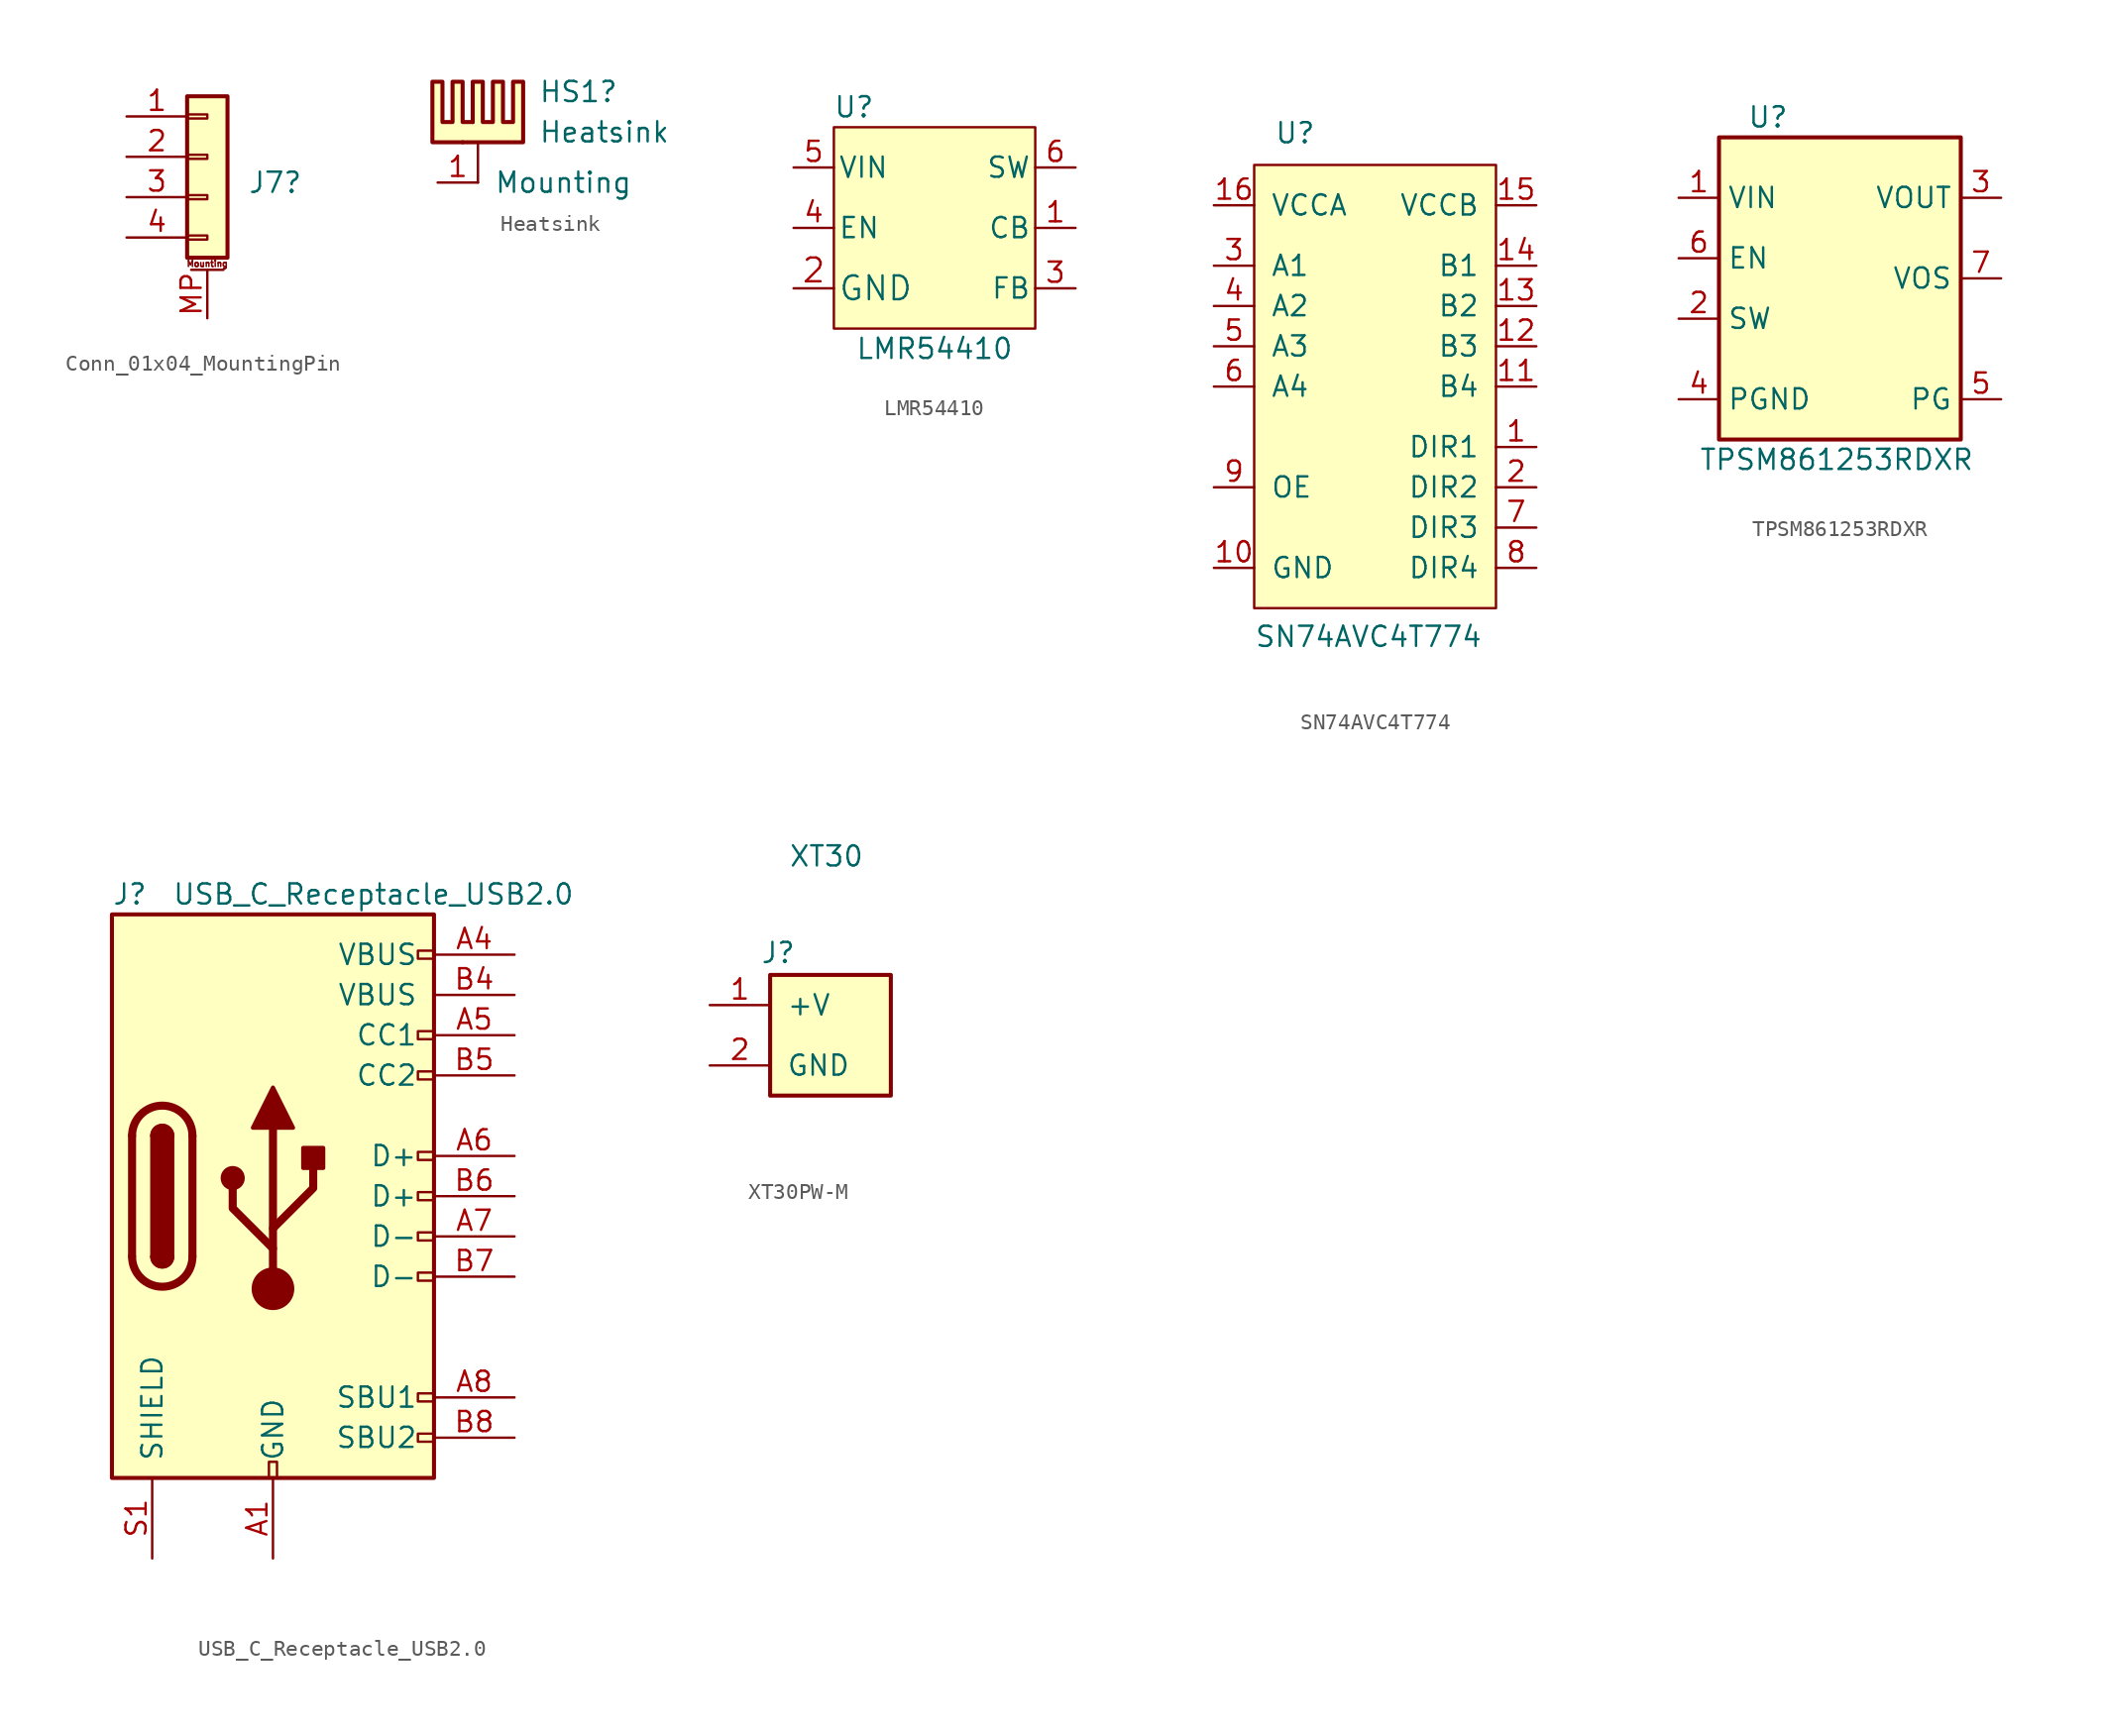
<source format=kicad_sym>
(kicad_symbol_lib
  (version 20241209)
  (generator "kicad_symbol_editor")
  (generator_version "9.0")
  (symbol "Conn_01x04_MountingPin"
    (pin_names
      (offset 1.016)
      (hide yes))
    (property "Reference" "J7"
      (at 2.54 -1.626 0)
      (effects (font (size 1.27 1.27)) (justify left)))
    (symbol "Conn_01x04_MountingPin_1_1"
      (rectangle (start -1.27 3.81) (end 1.27 -6.35) (stroke (width 0.254) (type default)) (fill (type background)))
      (rectangle (start -1.27 2.667) (end 0 2.413) (stroke (width 0.152) (type default)) (fill (type none)))
      (rectangle (start -1.27 0.127) (end 0 -0.127) (stroke (width 0.152) (type default)) (fill (type none)))
      (rectangle (start -1.27 -2.413) (end 0 -2.667) (stroke (width 0.152) (type default)) (fill (type none)))
      (rectangle (start -1.27 -4.953) (end 0 -5.207) (stroke (width 0.152) (type default)) (fill (type none)))
      (polyline (pts (xy -1.016 -7.112) (xy 1.016 -7.112)) (stroke (width 0.152) (type default)) (fill (type none)))
      (text "Mounting" (at 0 -6.731 0) (effects (font (size 0.381 0.381))))
      (pin passive line (at -5.08 2.54 0) (length 3.81) (name "Pin_1" (effects (font (size 1.27 1.27)))) (number "1" (effects (font (size 1.27 1.27)))))
      (pin passive line (at -5.08 0 0) (length 3.81) (name "Pin_2" (effects (font (size 1.27 1.27)))) (number "2" (effects (font (size 1.27 1.27)))))
      (pin passive line (at -5.08 -2.54 0) (length 3.81) (name "Pin_3" (effects (font (size 1.27 1.27)))) (number "3" (effects (font (size 1.27 1.27)))))
      (pin passive line (at -5.08 -5.08 0) (length 3.81) (name "Pin_4" (effects (font (size 1.27 1.27)))) (number "4" (effects (font (size 1.27 1.27)))))
      (pin passive line (at 0 -10.16 90) (length 3.048) (name "MountPin" (effects (font (size 1.27 1.27)))) (number "MP" (effects (font (size 1.27 1.27)))))))
  (symbol "Heatsink"
    (pin_names
      (offset 1.016))
    (property "Reference" "HS1"
      (at 3.81 3.175 0)
      (effects (font (size 1.27 1.27)) (justify left)))
    (property "Value" "Heatsink"
      (at 3.81 0.635 0)
      (effects (font (size 1.27 1.27)) (justify left)))
    (symbol "Heatsink_0_1"
      (polyline (pts (xy -0.33 1.27) (xy -0.965 1.27) (xy -0.965 3.81) (xy -1.6 3.81) (xy -1.6 1.27) (xy -2.235 1.27) (xy -2.235 3.81) (xy -2.87 3.81) (xy -2.87 0) (xy -0.965 0)) (stroke (width 0.254) (type default)) (fill (type background)))
      (polyline (pts (xy -0.33 1.27) (xy -0.33 3.81) (xy 0.305 3.81) (xy 0.305 1.27) (xy 0.94 1.27) (xy 0.94 3.81) (xy 1.575 3.81) (xy 1.575 1.27) (xy 2.21 1.27) (xy 2.21 3.81) (xy 2.845 3.81) (xy 2.845 0) (xy -0.965 0)) (stroke (width 0.254) (type default)) (fill (type background)))
      (polyline (pts (xy 0 -2.54) (xy 0 0)) (stroke (width 0) (type default)) (fill (type none))))
    (symbol "Heatsink_1_1"
      (pin input line (at -2.54 -2.54 0) (length 2.54) (name "Mounting" (effects (font (size 1.27 1.27)))) (number "1" (effects (font (size 1.27 1.27)))))))
  (symbol "LMR54410"
    (pin_names
      (offset 0.254))
    (property "Reference" "U"
      (at -5.08 7.62 0)
      (effects (font (size 1.27 1.27))))
    (property "Value" "LMR54410"
      (at 0 -7.62 0)
      (effects (font (size 1.27 1.27))))
    (symbol "LMR54410_1_1"
      (rectangle (start -6.35 6.35) (end 6.35 -6.35) (stroke (width 0.152) (type default)) (fill (type background)))
      (pin power_in line (at -8.89 3.81 0) (length 2.54) (name "VIN" (effects (font (size 1.27 1.27)))) (number "5" (effects (font (size 1.27 1.27)))))
      (pin input line (at -8.89 0 0) (length 2.54) (name "EN" (effects (font (size 1.27 1.27)))) (number "4" (effects (font (size 1.27 1.27)))))
      (pin power_in line (at -8.89 -3.81 0) (length 2.54) (name "GND" (effects (font (size 1.499 1.499)))) (number "2" (effects (font (size 1.499 1.499)))))
      (pin output line (at 8.89 3.81 180) (length 2.54) (name "SW" (effects (font (size 1.27 1.27)))) (number "6" (effects (font (size 1.27 1.27)))))
      (pin input line (at 8.89 0 180) (length 2.54) (name "CB" (effects (font (size 1.27 1.27)))) (number "1" (effects (font (size 1.27 1.27)))))
      (pin input line (at 8.89 -3.81 180) (length 2.54) (name "FB" (effects (font (size 1.27 1.27)))) (number "3" (effects (font (size 1.27 1.27)))))))
  (symbol "SN74AVC4T774"
    (pin_names
      (offset 1.016))
    (property "Reference" "U"
      (at -6.35 12.7 0)
      (effects (font (size 1.27 1.27)) (justify left bottom)))
    (property "Value" "SN74AVC4T774"
      (at -7.62 -19.05 0)
      (effects (font (size 1.27 1.27)) (justify left bottom)))
    (symbol "SN74AVC4T774_0_0"
      (rectangle (start -7.62 11.43) (end 7.62 -16.51) (stroke (width 0.152) (type default)) (fill (type background))))
    (symbol "SN74AVC4T774_1_0"
      (pin power_in line (at -10.16 8.89 0) (length 2.54) (name "VCCA" (effects (font (size 1.27 1.27)))) (number "16" (effects (font (size 1.27 1.27)))))
      (pin bidirectional line (at -10.16 5.08 0) (length 2.54) (name "A1" (effects (font (size 1.27 1.27)))) (number "3" (effects (font (size 1.27 1.27)))))
      (pin bidirectional line (at -10.16 2.54 0) (length 2.54) (name "A2" (effects (font (size 1.27 1.27)))) (number "4" (effects (font (size 1.27 1.27)))))
      (pin bidirectional line (at -10.16 0 0) (length 2.54) (name "A3" (effects (font (size 1.27 1.27)))) (number "5" (effects (font (size 1.27 1.27)))))
      (pin bidirectional line (at -10.16 -2.54 0) (length 2.54) (name "A4" (effects (font (size 1.27 1.27)))) (number "6" (effects (font (size 1.27 1.27)))))
      (pin input line (at -10.16 -8.89 0) (length 2.54) (name "OE" (effects (font (size 1.27 1.27)))) (number "9" (effects (font (size 1.27 1.27)))))
      (pin power_in line (at -10.16 -13.97 0) (length 2.54) (name "GND" (effects (font (size 1.27 1.27)))) (number "10" (effects (font (size 1.27 1.27)))))
      (pin power_in line (at 10.16 8.89 180) (length 2.54) (name "VCCB" (effects (font (size 1.27 1.27)))) (number "15" (effects (font (size 1.27 1.27)))))
      (pin bidirectional line (at 10.16 5.08 180) (length 2.54) (name "B1" (effects (font (size 1.27 1.27)))) (number "14" (effects (font (size 1.27 1.27)))))
      (pin bidirectional line (at 10.16 2.54 180) (length 2.54) (name "B2" (effects (font (size 1.27 1.27)))) (number "13" (effects (font (size 1.27 1.27)))))
      (pin bidirectional line (at 10.16 0 180) (length 2.54) (name "B3" (effects (font (size 1.27 1.27)))) (number "12" (effects (font (size 1.27 1.27)))))
      (pin bidirectional line (at 10.16 -2.54 180) (length 2.54) (name "B4" (effects (font (size 1.27 1.27)))) (number "11" (effects (font (size 1.27 1.27)))))
      (pin input line (at 10.16 -6.35 180) (length 2.54) (name "DIR1" (effects (font (size 1.27 1.27)))) (number "1" (effects (font (size 1.27 1.27)))))
      (pin input line (at 10.16 -8.89 180) (length 2.54) (name "DIR2" (effects (font (size 1.27 1.27)))) (number "2" (effects (font (size 1.27 1.27)))))
      (pin input line (at 10.16 -11.43 180) (length 2.54) (name "DIR3" (effects (font (size 1.27 1.27)))) (number "7" (effects (font (size 1.27 1.27)))))
      (pin input line (at 10.16 -13.97 180) (length 2.54) (name "DIR4" (effects (font (size 1.27 1.27)))) (number "8" (effects (font (size 1.27 1.27)))))))
  (symbol "TPSM861253RDXR"
    (property "Reference" "U"
      (at -5.842 10.16 0)
      (effects (font (size 1.27 1.27)) (justify left)))
    (property "Value" "TPSM861253RDXR"
      (at -8.89 -11.43 0)
      (effects (font (size 1.27 1.27)) (justify left)))
    (symbol "TPSM861253RDXR_0_1"
      (rectangle (start -7.62 8.89) (end 7.62 -10.16) (stroke (width 0.254) (type default)) (fill (type background))))
    (symbol "TPSM861253RDXR_1_1"
      (pin power_in line (at -10.16 5.08 0) (length 2.54) (name "VIN" (effects (font (size 1.27 1.27)))) (number "1" (effects (font (size 1.27 1.27)))))
      (pin input line (at -10.16 1.27 0) (length 2.54) (name "EN" (effects (font (size 1.27 1.27)))) (number "6" (effects (font (size 1.27 1.27)))))
      (pin output line (at -10.16 -2.54 0) (length 2.54) (name "SW" (effects (font (size 1.27 1.27)))) (number "2" (effects (font (size 1.27 1.27)))))
      (pin power_in line (at -10.16 -7.62 0) (length 2.54) (name "PGND" (effects (font (size 1.27 1.27)))) (number "4" (effects (font (size 1.27 1.27)))))
      (pin power_out line (at 10.16 5.08 180) (length 2.54) (name "VOUT" (effects (font (size 1.27 1.27)))) (number "3" (effects (font (size 1.27 1.27)))))
      (pin input line (at 10.16 0 180) (length 2.54) (name "VOS" (effects (font (size 1.27 1.27)))) (number "7" (effects (font (size 1.27 1.27)))))
      (pin open_collector line (at 10.16 -7.62 180) (length 2.54) (name "PG" (effects (font (size 1.27 1.27)))) (number "5" (effects (font (size 1.27 1.27)))))))
  (symbol "USB_C_Receptacle_USB2.0"
    (pin_names
      (offset 1.016))
    (property "Reference" "J"
      (at -10.16 19.05 0)
      (effects (font (size 1.27 1.27)) (justify left)))
    (property "Value" "USB_C_Receptacle_USB2.0"
      (at 19.05 19.05 0)
      (effects (font (size 1.27 1.27)) (justify right)))
    (symbol "USB_C_Receptacle_USB2.0_0_0"
      (rectangle (start -0.254 -17.78) (end 0.254 -16.764) (stroke (width 0) (type default)) (fill (type none)))
      (rectangle (start 10.16 15.494) (end 9.144 14.986) (stroke (width 0) (type default)) (fill (type none)))
      (rectangle (start 10.16 10.414) (end 9.144 9.906) (stroke (width 0) (type default)) (fill (type none)))
      (rectangle (start 10.16 7.874) (end 9.144 7.366) (stroke (width 0) (type default)) (fill (type none)))
      (rectangle (start 10.16 2.794) (end 9.144 2.286) (stroke (width 0) (type default)) (fill (type none)))
      (rectangle (start 10.16 0.254) (end 9.144 -0.254) (stroke (width 0) (type default)) (fill (type none)))
      (rectangle (start 10.16 -2.286) (end 9.144 -2.794) (stroke (width 0) (type default)) (fill (type none)))
      (rectangle (start 10.16 -4.826) (end 9.144 -5.334) (stroke (width 0) (type default)) (fill (type none)))
      (rectangle (start 10.16 -12.446) (end 9.144 -12.954) (stroke (width 0) (type default)) (fill (type none)))
      (rectangle (start 10.16 -14.986) (end 9.144 -15.494) (stroke (width 0) (type default)) (fill (type none))))
    (symbol "USB_C_Receptacle_USB2.0_0_1"
      (rectangle (start -10.16 17.78) (end 10.16 -17.78) (stroke (width 0.254) (type default)) (fill (type background)))
      (polyline (pts (xy -8.89 -3.81) (xy -8.89 3.81)) (stroke (width 0.508) (type default)) (fill (type none)))
      (rectangle (start -7.62 -3.81) (end -6.35 3.81) (stroke (width 0.254) (type default)) (fill (type outline)))
      (arc (start -7.62 3.81) (mid -6.985 4.4423) (end -6.35 3.81) (stroke (width 0.254) (type default)) (fill (type none)))
      (arc (start -7.62 3.81) (mid -6.985 4.4423) (end -6.35 3.81) (stroke (width 0.254) (type default)) (fill (type outline)))
      (arc (start -8.89 3.81) (mid -6.985 5.7067) (end -5.08 3.81) (stroke (width 0.508) (type default)) (fill (type none)))
      (arc (start -5.08 -3.81) (mid -6.985 -5.7067) (end -8.89 -3.81) (stroke (width 0.508) (type default)) (fill (type none)))
      (arc (start -6.35 -3.81) (mid -6.985 -4.4423) (end -7.62 -3.81) (stroke (width 0.254) (type default)) (fill (type none)))
      (arc (start -6.35 -3.81) (mid -6.985 -4.4423) (end -7.62 -3.81) (stroke (width 0.254) (type default)) (fill (type outline)))
      (polyline (pts (xy -5.08 3.81) (xy -5.08 -3.81)) (stroke (width 0.508) (type default)) (fill (type none)))
      (circle (center -2.54 1.143) (radius 0.635) (stroke (width 0.254) (type default)) (fill (type outline)))
      (polyline (pts (xy -1.27 4.318) (xy 0 6.858) (xy 1.27 4.318) (xy -1.27 4.318)) (stroke (width 0.254) (type default)) (fill (type outline)))
      (polyline (pts (xy 0 -2.032) (xy 2.54 0.508) (xy 2.54 1.778)) (stroke (width 0.508) (type default)) (fill (type none)))
      (polyline (pts (xy 0 -3.302) (xy -2.54 -0.762) (xy -2.54 0.508)) (stroke (width 0.508) (type default)) (fill (type none)))
      (polyline (pts (xy 0 -5.842) (xy 0 4.318)) (stroke (width 0.508) (type default)) (fill (type none)))
      (circle (center 0 -5.842) (radius 1.27) (stroke (width 0) (type default)) (fill (type outline)))
      (rectangle (start 1.905 1.778) (end 3.175 3.048) (stroke (width 0.254) (type default)) (fill (type outline))))
    (symbol "USB_C_Receptacle_USB2.0_1_1"
      (pin passive line (at -7.62 -22.86 90) (length 5.08) (name "SHIELD" (effects (font (size 1.27 1.27)))) (number "S1" (effects (font (size 1.27 1.27)))))
      (pin passive line (at 0 -22.86 90) (length 5.08) (name "GND" (effects (font (size 1.27 1.27)))) (number "A1" (effects (font (size 1.27 1.27)))))
      (pin passive line (at 0 -22.86 90) (length 5.08) (hide yes) (name "GND" (effects (font (size 1.27 1.27)))) (number "B1" (effects (font (size 1.27 1.27)))))
      (pin passive line (at 15.24 15.24 180) (length 5.08) (name "VBUS" (effects (font (size 1.27 1.27)))) (number "A4" (effects (font (size 1.27 1.27)))))
      (pin passive line (at 15.24 12.7 180) (length 5.08) (name "VBUS" (effects (font (size 1.27 1.27)))) (number "B4" (effects (font (size 1.27 1.27)))))
      (pin bidirectional line (at 15.24 10.16 180) (length 5.08) (name "CC1" (effects (font (size 1.27 1.27)))) (number "A5" (effects (font (size 1.27 1.27)))))
      (pin bidirectional line (at 15.24 7.62 180) (length 5.08) (name "CC2" (effects (font (size 1.27 1.27)))) (number "B5" (effects (font (size 1.27 1.27)))))
      (pin bidirectional line (at 15.24 2.54 180) (length 5.08) (name "D+" (effects (font (size 1.27 1.27)))) (number "A6" (effects (font (size 1.27 1.27)))))
      (pin bidirectional line (at 15.24 0 180) (length 5.08) (name "D+" (effects (font (size 1.27 1.27)))) (number "B6" (effects (font (size 1.27 1.27)))))
      (pin bidirectional line (at 15.24 -2.54 180) (length 5.08) (name "D-" (effects (font (size 1.27 1.27)))) (number "A7" (effects (font (size 1.27 1.27)))))
      (pin bidirectional line (at 15.24 -5.08 180) (length 5.08) (name "D-" (effects (font (size 1.27 1.27)))) (number "B7" (effects (font (size 1.27 1.27)))))
      (pin bidirectional line (at 15.24 -12.7 180) (length 5.08) (name "SBU1" (effects (font (size 1.27 1.27)))) (number "A8" (effects (font (size 1.27 1.27)))))
      (pin bidirectional line (at 15.24 -15.24 180) (length 5.08) (name "SBU2" (effects (font (size 1.27 1.27)))) (number "B8" (effects (font (size 1.27 1.27)))))))
  (symbol "XT30PW-M"
    (pin_names
      (offset 1.016))
    (property "Reference" "J"
      (at -3.302 4.572 0)
      (effects (font (size 1.27 1.27))))
    (property "Value" "XT30"
      (at -0.254 10.668 0)
      (effects (font (size 1.27 1.27))))
    (symbol "XT30PW-M_1_1"
      (rectangle (start -3.81 3.175) (end 3.81 -4.445) (stroke (width 0.254) (type default)) (fill (type background)))
      (pin no_connect line (at -7.62 7.62 0) (length 3.81) (hide yes) (name "MNT1" (effects (font (size 1.27 1.27)))) (number "3" (effects (font (size 1.27 1.27)))))
      (pin power_in line (at -7.62 1.27 0) (length 3.81) (name "+V" (effects (font (size 1.27 1.27)))) (number "1" (effects (font (size 1.27 1.27)))))
      (pin power_in line (at -7.62 -2.54 0) (length 3.81) (name "GND" (effects (font (size 1.27 1.27)))) (number "2" (effects (font (size 1.27 1.27)))))
      (pin no_connect line (at -7.62 -7.62 0) (length 3.81) (hide yes) (name "MNT2" (effects (font (size 1.27 1.27)))) (number "4" (effects (font (size 1.27 1.27))))))))
</source>
